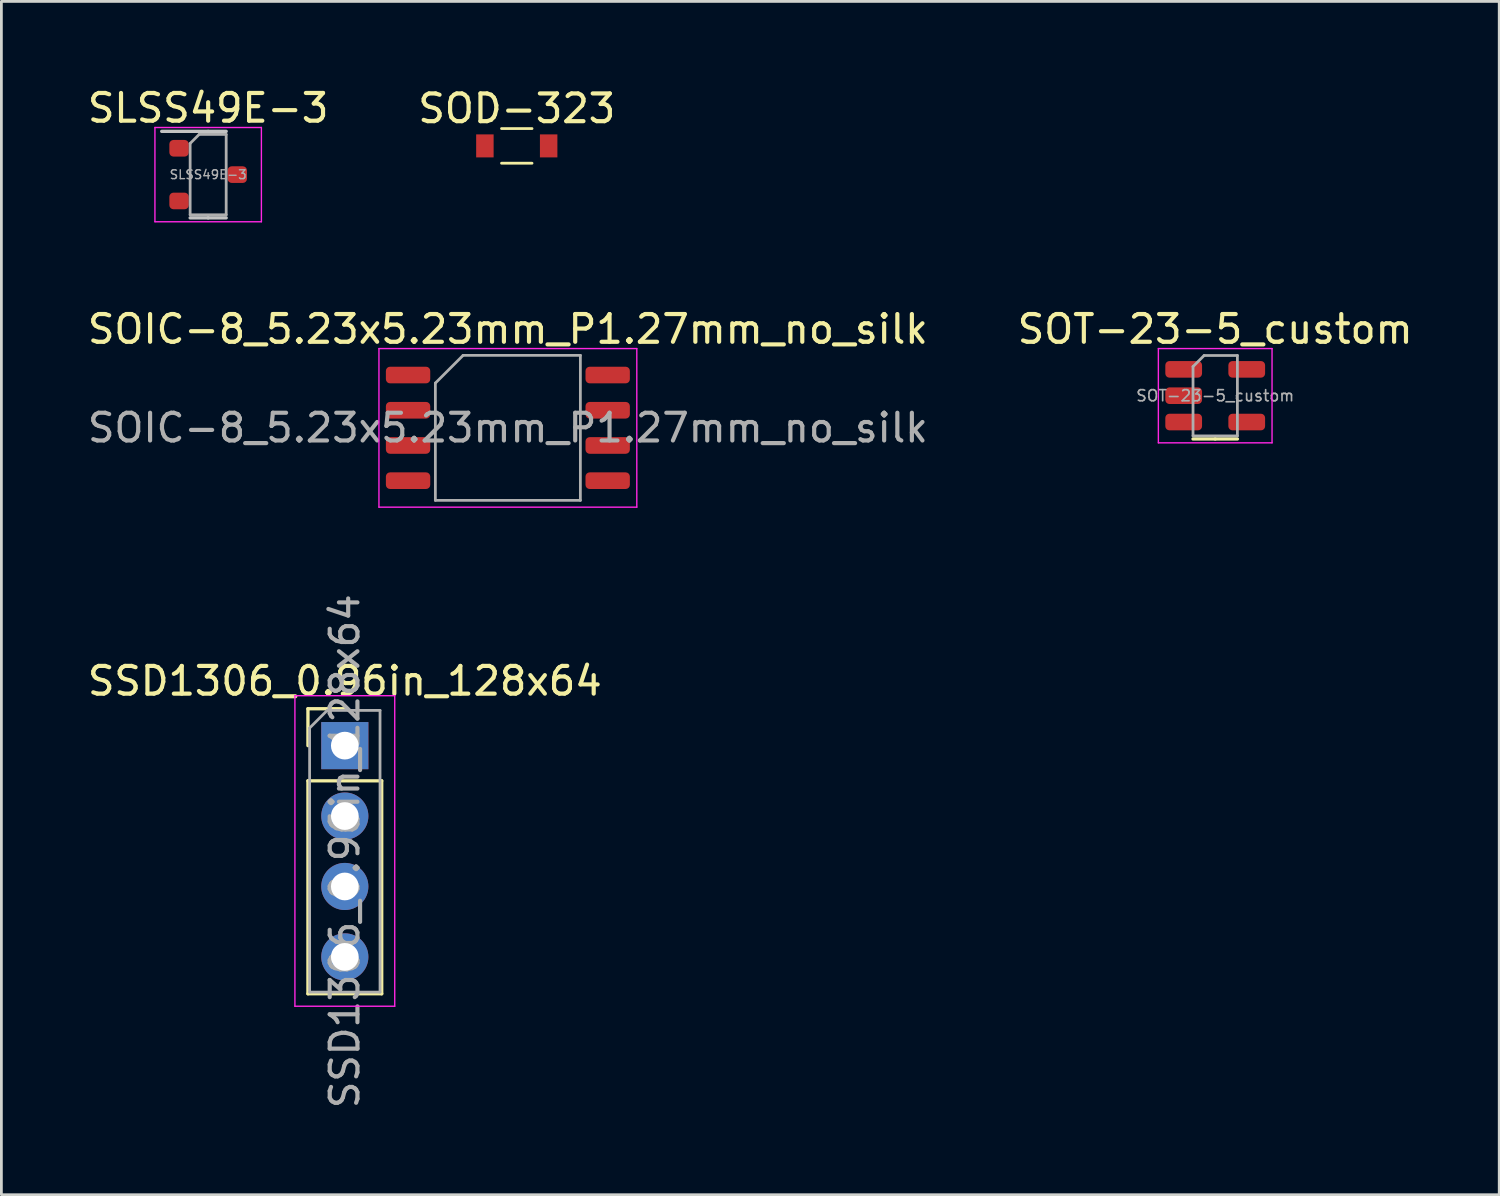
<source format=kicad_pcb>
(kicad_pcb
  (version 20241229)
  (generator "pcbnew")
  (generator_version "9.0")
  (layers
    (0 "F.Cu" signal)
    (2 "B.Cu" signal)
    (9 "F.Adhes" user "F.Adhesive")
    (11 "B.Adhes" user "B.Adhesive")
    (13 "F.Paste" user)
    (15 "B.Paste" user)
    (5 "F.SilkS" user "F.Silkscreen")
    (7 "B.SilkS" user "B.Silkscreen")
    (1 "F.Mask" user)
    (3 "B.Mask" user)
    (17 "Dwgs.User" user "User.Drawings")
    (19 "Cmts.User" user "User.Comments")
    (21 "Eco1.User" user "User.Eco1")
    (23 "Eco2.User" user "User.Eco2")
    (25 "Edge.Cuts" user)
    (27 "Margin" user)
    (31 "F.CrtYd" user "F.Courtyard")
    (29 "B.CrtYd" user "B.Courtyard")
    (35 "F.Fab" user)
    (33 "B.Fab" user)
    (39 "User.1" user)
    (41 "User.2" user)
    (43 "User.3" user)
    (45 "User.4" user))
  (footprint "SSD1306_0.96in_128x64"
    (layer "F.Cu")
    (at 9.387 23.843)
    (property "Reference" "SSD1306_0.96in_128x64" (at 0 -2.33 0) (layer "F.SilkS") (effects (font (size 1 1) (thickness 0.15))))
    (attr through_hole)
    (fp_line (start -1.33 -1.33) (end 0 -1.33) (stroke (width 0.12) (type solid)) (layer "F.SilkS"))
    (fp_line (start -1.33 0) (end -1.33 -1.33) (stroke (width 0.12) (type solid)) (layer "F.SilkS"))
    (fp_line (start -1.33 1.27) (end -1.33 8.95) (stroke (width 0.12) (type solid)) (layer "F.SilkS"))
    (fp_line (start -1.33 1.27) (end 1.33 1.27) (stroke (width 0.12) (type solid)) (layer "F.SilkS"))
    (fp_line (start -1.33 8.95) (end 1.33 8.95) (stroke (width 0.12) (type solid)) (layer "F.SilkS"))
    (fp_line (start 1.33 1.27) (end 1.33 8.95) (stroke (width 0.12) (type solid)) (layer "F.SilkS"))
    (fp_line (start -1.8 -1.8) (end -1.8 9.4) (stroke (width 0.05) (type solid)) (layer "F.CrtYd"))
    (fp_line (start -1.8 9.4) (end 1.8 9.4) (stroke (width 0.05) (type solid)) (layer "F.CrtYd"))
    (fp_line (start 1.8 -1.8) (end -1.8 -1.8) (stroke (width 0.05) (type solid)) (layer "F.CrtYd"))
    (fp_line (start 1.8 9.4) (end 1.8 -1.8) (stroke (width 0.05) (type solid)) (layer "F.CrtYd"))
    (fp_line (start -1.27 -0.635) (end -0.635 -1.27) (stroke (width 0.1) (type solid)) (layer "F.Fab"))
    (fp_line (start -1.27 8.89) (end -1.27 -0.635) (stroke (width 0.1) (type solid)) (layer "F.Fab"))
    (fp_line (start -0.635 -1.27) (end 1.27 -1.27) (stroke (width 0.1) (type solid)) (layer "F.Fab"))
    (fp_line (start 1.27 -1.27) (end 1.27 8.89) (stroke (width 0.1) (type solid)) (layer "F.Fab"))
    (fp_line (start 1.27 8.89) (end -1.27 8.89) (stroke (width 0.1) (type solid)) (layer "F.Fab"))
    (fp_text user "${REFERENCE}" (at 0 3.81 90) (layer "F.Fab") (effects (font (size 1 1) (thickness 0.15))))
    (pad "1" thru_hole rect (at 0 0) (size 1.7 1.7) (drill 1) (layers "*.Cu" "*.Mask"))
    (pad "2" thru_hole oval (at 0 2.54) (size 1.7 1.7) (drill 1) (layers "*.Cu" "*.Mask"))
    (pad "3" thru_hole oval (at 0 5.08) (size 1.7 1.7) (drill 1) (layers "*.Cu" "*.Mask"))
    (pad "4" thru_hole oval (at 0 7.62) (size 1.7 1.7) (drill 1) (layers "*.Cu" "*.Mask")))
  (footprint "SOD-323"
    (layer "F.Cu")
    (at 15.589 2.212)
    (property "Reference" "SOD-323" (at 0 -0.762 0) (layer "F.SilkS") (effects (font (size 1 1) (thickness 0.15)) (justify bottom)))
    (fp_line (start -0.55 -0.625) (end 0.55 -0.625) (stroke (width 0.1) (type solid)) (layer "F.SilkS"))
    (fp_line (start -0.55 0.625) (end 0.55 0.625) (stroke (width 0.1) (type solid)) (layer "F.SilkS"))
    (pad "1" smd rect (at -1.15 0) (size 0.63 0.83) (layers "F.Cu" "F.Mask" "F.Paste"))
    (pad "2" smd rect (at 1.15 0) (size 0.63 0.83) (layers "F.Cu" "F.Mask" "F.Paste")))
  (footprint "SOIC-8_5.23x5.23mm_P1.27mm_no_silk"
    (layer "F.Cu")
    (at 15.268 12.382)
    (property "Reference" "SOIC-8_5.23x5.23mm_P1.27mm_no_silk" (at 0 -3.56 0) (layer "F.SilkS") (effects (font (size 1 1) (thickness 0.15))))
    (attr smd)
    (fp_line (start -4.65 -2.86) (end -4.65 2.86) (stroke (width 0.05) (type solid)) (layer "F.CrtYd"))
    (fp_line (start -4.65 2.86) (end 4.65 2.86) (stroke (width 0.05) (type solid)) (layer "F.CrtYd"))
    (fp_line (start 4.65 -2.86) (end -4.65 -2.86) (stroke (width 0.05) (type solid)) (layer "F.CrtYd"))
    (fp_line (start 4.65 2.86) (end 4.65 -2.86) (stroke (width 0.05) (type solid)) (layer "F.CrtYd"))
    (fp_line (start -2.615 -1.615) (end -1.615 -2.615) (stroke (width 0.1) (type solid)) (layer "F.Fab"))
    (fp_line (start -2.615 2.615) (end -2.615 -1.615) (stroke (width 0.1) (type solid)) (layer "F.Fab"))
    (fp_line (start -1.615 -2.615) (end 2.615 -2.615) (stroke (width 0.1) (type solid)) (layer "F.Fab"))
    (fp_line (start 2.615 -2.615) (end 2.615 2.615) (stroke (width 0.1) (type solid)) (layer "F.Fab"))
    (fp_line (start 2.615 2.615) (end -2.615 2.615) (stroke (width 0.1) (type solid)) (layer "F.Fab"))
    (fp_text user "${REFERENCE}" (at 0 0 0) (layer "F.Fab") (effects (font (size 1 1) (thickness 0.15))))
    (pad "1" smd roundrect (at -3.6 -1.905) (size 1.6 0.6) (layers "F.Cu" "F.Mask" "F.Paste") (roundrect_rratio 0.25))
    (pad "2" smd roundrect (at -3.6 -0.635) (size 1.6 0.6) (layers "F.Cu" "F.Mask" "F.Paste") (roundrect_rratio 0.25))
    (pad "3" smd roundrect (at -3.6 0.635) (size 1.6 0.6) (layers "F.Cu" "F.Mask" "F.Paste") (roundrect_rratio 0.25))
    (pad "4" smd roundrect (at -3.6 1.905) (size 1.6 0.6) (layers "F.Cu" "F.Mask" "F.Paste") (roundrect_rratio 0.25))
    (pad "5" smd roundrect (at 3.6 1.905) (size 1.6 0.6) (layers "F.Cu" "F.Mask" "F.Paste") (roundrect_rratio 0.25))
    (pad "6" smd roundrect (at 3.6 0.635) (size 1.6 0.6) (layers "F.Cu" "F.Mask" "F.Paste") (roundrect_rratio 0.25))
    (pad "7" smd roundrect (at 3.6 -0.635) (size 1.6 0.6) (layers "F.Cu" "F.Mask" "F.Paste") (roundrect_rratio 0.25))
    (pad "8" smd roundrect (at 3.6 -1.905) (size 1.6 0.6) (layers "F.Cu" "F.Mask" "F.Paste") (roundrect_rratio 0.25)))
  (footprint "SOT-23-5_custom"
    (layer "F.Cu")
    (at 40.78 11.222)
    (property "Reference" "SOT-23-5_custom" (at 0 -2.4 0) (layer "F.SilkS") (effects (font (size 1 1) (thickness 0.15))))
    (attr smd)
    (fp_line (start 0 1.56) (end -0.8 1.56) (stroke (width 0.12) (type solid)) (layer "F.SilkS"))
    (fp_line (start 0 1.56) (end 0.8 1.56) (stroke (width 0.12) (type solid)) (layer "F.SilkS"))
    (fp_line (start -2.05 -1.7) (end -2.05 1.7) (stroke (width 0.05) (type solid)) (layer "F.CrtYd"))
    (fp_line (start -2.05 1.7) (end 2.05 1.7) (stroke (width 0.05) (type solid)) (layer "F.CrtYd"))
    (fp_line (start 2.05 -1.7) (end -2.05 -1.7) (stroke (width 0.05) (type solid)) (layer "F.CrtYd"))
    (fp_line (start 2.05 1.7) (end 2.05 -1.7) (stroke (width 0.05) (type solid)) (layer "F.CrtYd"))
    (fp_line (start -0.8 -1.05) (end -0.4 -1.45) (stroke (width 0.1) (type solid)) (layer "F.Fab"))
    (fp_line (start -0.8 1.45) (end -0.8 -1.05) (stroke (width 0.1) (type solid)) (layer "F.Fab"))
    (fp_line (start -0.4 -1.45) (end 0.8 -1.45) (stroke (width 0.1) (type solid)) (layer "F.Fab"))
    (fp_line (start 0.8 -1.45) (end 0.8 1.45) (stroke (width 0.1) (type solid)) (layer "F.Fab"))
    (fp_line (start 0.8 1.45) (end -0.8 1.45) (stroke (width 0.1) (type solid)) (layer "F.Fab"))
    (fp_text user "${REFERENCE}" (at 0 0 0) (layer "F.Fab") (effects (font (size 0.4 0.4) (thickness 0.06))))
    (pad "1" smd roundrect (at -1.137 -0.95) (size 1.325 0.6) (layers "F.Cu" "F.Mask" "F.Paste") (roundrect_rratio 0.25))
    (pad "2" smd roundrect (at -1.137 0) (size 1.325 0.6) (layers "F.Cu" "F.Mask" "F.Paste") (roundrect_rratio 0.25))
    (pad "3" smd roundrect (at -1.137 0.95) (size 1.325 0.6) (layers "F.Cu" "F.Mask" "F.Paste") (roundrect_rratio 0.25))
    (pad "4" smd roundrect (at 1.137 0.95) (size 1.325 0.6) (layers "F.Cu" "F.Mask" "F.Paste") (roundrect_rratio 0.25))
    (pad "5" smd roundrect (at 1.137 -0.95) (size 1.325 0.6) (layers "F.Cu" "F.Mask" "F.Paste") (roundrect_rratio 0.25)))
  (footprint "SLSS49E-3"
    (layer "F.Cu")
    (at 4.458 3.248)
    (property "Reference" "SLSS49E-3" (at 0 -2.4 0) (layer "F.SilkS") (effects (font (size 1 1) (thickness 0.15))))
    (attr smd)
    (fp_line (start 0 -1.56) (end -1.675 -1.56) (stroke (width 0.12) (type solid)) (layer "Dwgs.User"))
    (fp_line (start 0 -1.56) (end 0.65 -1.56) (stroke (width 0.12) (type solid)) (layer "Dwgs.User"))
    (fp_line (start 0 1.56) (end -0.65 1.56) (stroke (width 0.12) (type solid)) (layer "Dwgs.User"))
    (fp_line (start 0 1.56) (end 0.65 1.56) (stroke (width 0.12) (type solid)) (layer "Dwgs.User"))
    (fp_line (start -1.92 -1.7) (end -1.92 1.7) (stroke (width 0.05) (type solid)) (layer "F.CrtYd"))
    (fp_line (start -1.92 1.7) (end 1.92 1.7) (stroke (width 0.05) (type solid)) (layer "F.CrtYd"))
    (fp_line (start 1.92 -1.7) (end -1.92 -1.7) (stroke (width 0.05) (type solid)) (layer "F.CrtYd"))
    (fp_line (start 1.92 1.7) (end 1.92 -1.7) (stroke (width 0.05) (type solid)) (layer "F.CrtYd"))
    (fp_line (start -0.65 -1.125) (end -0.325 -1.45) (stroke (width 0.1) (type solid)) (layer "F.Fab"))
    (fp_line (start -0.65 1.45) (end -0.65 -1.125) (stroke (width 0.1) (type solid)) (layer "F.Fab"))
    (fp_line (start -0.325 -1.45) (end 0.65 -1.45) (stroke (width 0.1) (type solid)) (layer "F.Fab"))
    (fp_line (start 0.65 -1.45) (end 0.65 1.45) (stroke (width 0.1) (type solid)) (layer "F.Fab"))
    (fp_line (start 0.65 1.45) (end -0.65 1.45) (stroke (width 0.1) (type solid)) (layer "F.Fab"))
    (fp_text user "${REFERENCE}" (at 0 0 0) (layer "F.Fab") (effects (font (size 0.32 0.32) (thickness 0.05))))
    (pad "1" smd roundrect (at -1.05 -0.95) (size 0.7 0.6) (layers "F.Cu" "F.Mask" "F.Paste") (roundrect_rratio 0.25))
    (pad "2" smd roundrect (at 1.05 0) (size 0.7 0.6) (layers "F.Cu" "F.Mask" "F.Paste") (roundrect_rratio 0.25))
    (pad "3" smd roundrect (at -1.05 0.95) (size 0.7 0.6) (layers "F.Cu" "F.Mask" "F.Paste") (roundrect_rratio 0.25))
    (zone (net_name "") (layers "F.Cu" "Dwgs.User") (hatch edge 0.508) (connect_pads) (min_thickness 0.254) (filled_areas_thickness no) (keepout (tracks allowed) (vias allowed) (pads allowed) (copperpour not_allowed) (footprints allowed)) (placement (enabled no)) (fill (island_removal_mode 2) (island_area_min 10)) (polygon (pts (arc (start 5.908333 3.64825) (mid 5.943688 3.633605) (end 5.958333 3.59825)) (arc (start 5.958333 2.89825) (mid 5.943688 2.862895) (end 5.908333 2.84825)) (arc (start 5.308333 2.84825) (mid 5.272978 2.833605) (end 5.258333 2.79825)) (arc (start 5.258333 1.69825) (mid 5.243688 1.662895) (end 5.208333 1.64825)) (xy 4.008 1.648) (xy 3.758 1.898) (arc (start 3.008333 1.89825) (mid 2.972978 1.912895) (end 2.958333 1.94825)) (arc (start 2.958333 2.64825) (mid 2.972978 2.683605) (end 3.008333 2.69825)) (arc (start 3.608333 2.69825) (mid 3.643688 2.712895) (end 3.658333 2.74825)) (arc (start 3.658333 3.74825) (mid 3.643688 3.783605) (end 3.608333 3.79825)) (arc (start 3.008333 3.79825) (mid 2.972978 3.812895) (end 2.958333 3.84825)) (arc (start 2.958333 4.54825) (mid 2.972978 4.583605) (end 3.008333 4.59825)) (arc (start 3.608333 4.59825) (mid 3.643688 4.612895) (end 3.658333 4.64825)) (arc (start 3.658333 4.79825) (mid 3.672978 4.833605) (end 3.708333 4.84825)) (arc (start 5.208333 4.84825) (mid 5.243688 4.833605) (end 5.258333 4.79825)) (arc (start 5.258333 3.69825) (mid 5.272978 3.662895) (end 5.308333 3.64825))))))
  (gr_rect
    (start -3 -3)
    (end 51.024 40.04)
    (stroke (width 0.1) (type default))
    (fill no)
    (layer "Edge.Cuts")))
</source>
